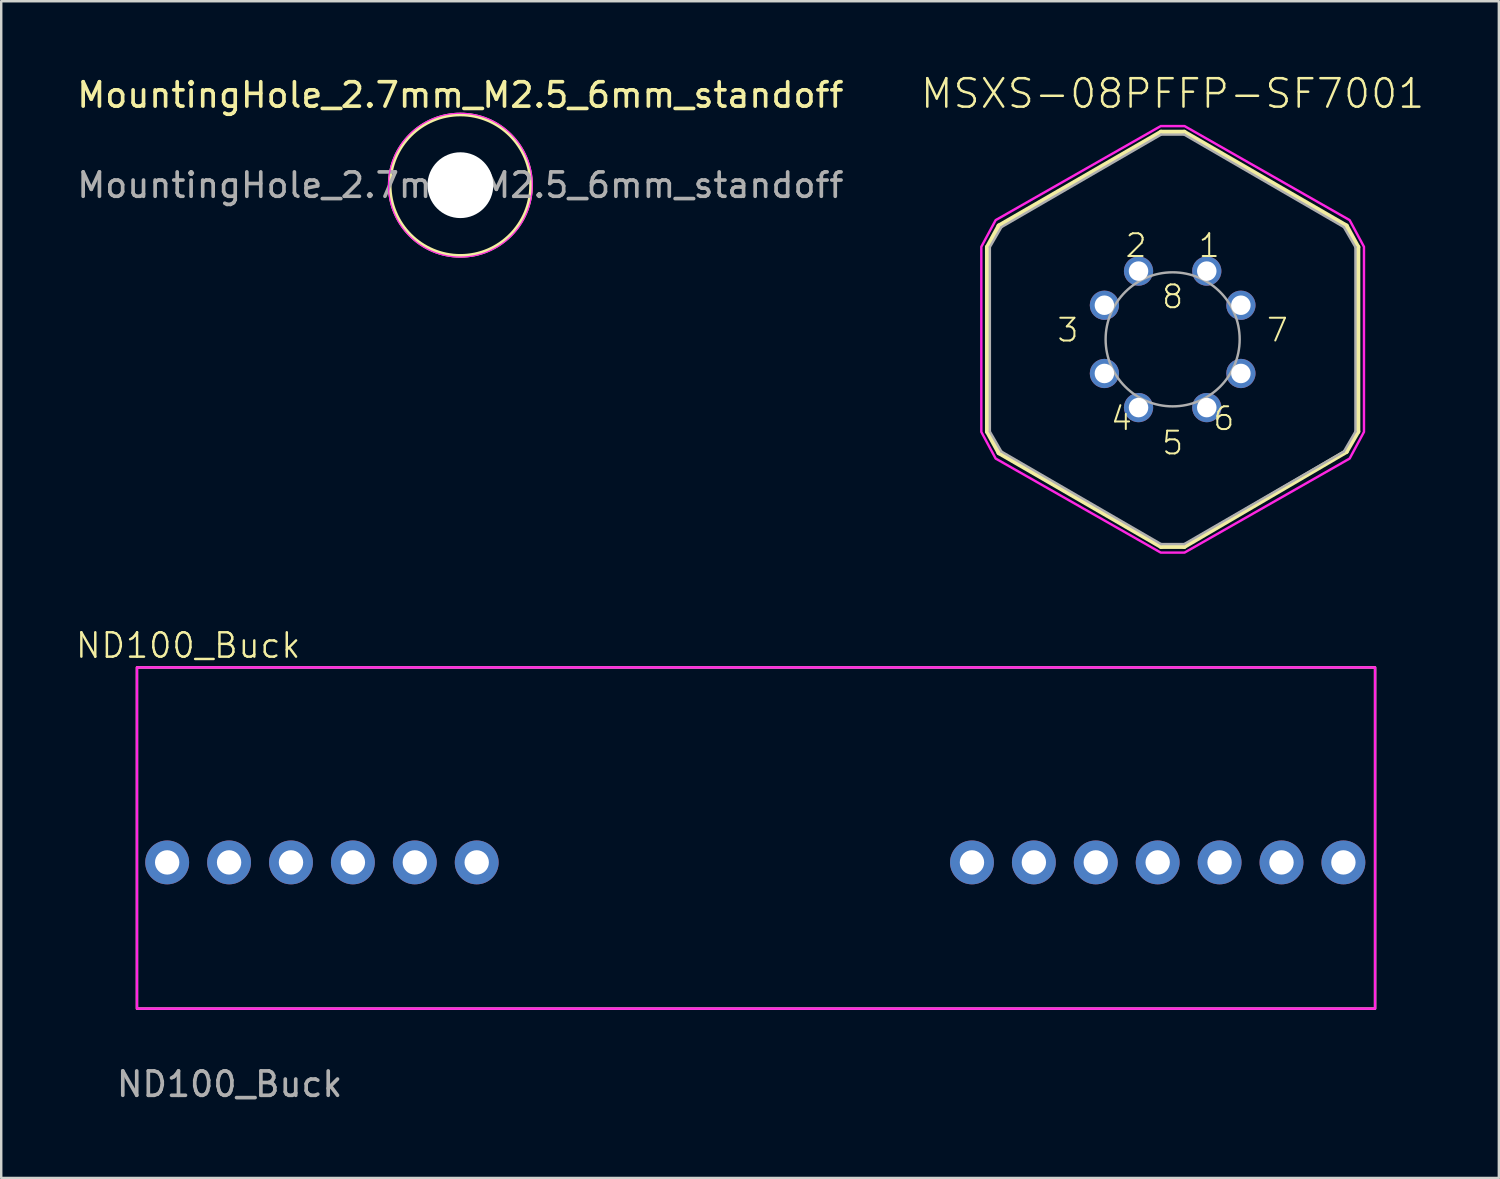
<source format=kicad_pcb>
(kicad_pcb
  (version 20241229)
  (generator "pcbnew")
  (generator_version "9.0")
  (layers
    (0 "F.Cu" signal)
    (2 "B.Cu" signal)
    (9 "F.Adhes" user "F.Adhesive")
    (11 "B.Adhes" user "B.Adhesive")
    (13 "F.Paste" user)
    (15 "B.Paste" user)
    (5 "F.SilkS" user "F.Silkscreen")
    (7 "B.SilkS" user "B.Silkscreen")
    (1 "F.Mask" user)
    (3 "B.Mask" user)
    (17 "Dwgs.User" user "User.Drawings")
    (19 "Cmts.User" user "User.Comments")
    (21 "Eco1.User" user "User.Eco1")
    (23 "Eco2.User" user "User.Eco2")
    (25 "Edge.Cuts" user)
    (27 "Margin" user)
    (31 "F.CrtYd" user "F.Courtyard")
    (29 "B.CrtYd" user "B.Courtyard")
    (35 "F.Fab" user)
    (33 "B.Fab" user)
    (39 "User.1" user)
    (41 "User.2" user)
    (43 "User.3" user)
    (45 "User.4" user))
  (footprint "MountingHole_2.7mm_M2.5_6mm_standoff"
    (layer "F.Cu")
    (at 15.839 4.548)
    (property "Reference" "MountingHole_2.7mm_M2.5_6mm_standoff" (at 0 -3.7 0) (layer "F.SilkS") (effects (font (size 1 1) (thickness 0.15))))
    (attr exclude_from_pos_files exclude_from_bom)
    (fp_circle (center 0 0) (end 2.9 0) (stroke (width 0.15) (type solid)) (fill no) (layer "F.SilkS"))
    (fp_circle (center 0 0) (end 2.95 0) (stroke (width 0.05) (type solid)) (fill no) (layer "F.CrtYd"))
    (fp_text user "${REFERENCE}" (at 0 0 0) (layer "F.Fab") (effects (font (size 1 1) (thickness 0.15))))
    (pad "" np_thru_hole circle (at 0 0) (size 2.7 2.7) (drill 2.7) (layers "*.Cu" "*.Mask")))
  (footprint "ND100_Buck"
    (layer "F.Cu")
    (at 28.069 31.334)
    (property "Reference" "ND100_Buck" (at -23.4 -7.9 0) (unlocked yes) (layer "F.SilkS") (effects (font (size 1 1) (thickness 0.1))))
    (attr through_hole)
    (fp_rect (start -25.5 -7) (end 25.3 7) (stroke (width 0.1) (type default)) (fill no) (layer "F.SilkS"))
    (fp_rect (start -25.5 -7) (end 25.3 7) (stroke (width 0.1) (type default)) (fill no) (layer "F.CrtYd"))
    (fp_text user "${REFERENCE}" (at -21.7 10.1 0) (unlocked yes) (layer "F.Fab") (effects (font (size 1 1) (thickness 0.15))))
    (pad "1" thru_hole circle (at -24.26 1) (size 1.8 1.8) (drill 1) (layers "*.Cu" "*.Mask"))
    (pad "1" thru_hole circle (at -21.72 1) (size 1.8 1.8) (drill 1) (layers "*.Cu" "*.Mask"))
    (pad "1" thru_hole circle (at -19.18 1) (size 1.8 1.8) (drill 1) (layers "*.Cu" "*.Mask"))
    (pad "1" thru_hole circle (at -16.64 1) (size 1.8 1.8) (drill 1) (layers "*.Cu" "*.Mask"))
    (pad "2" thru_hole circle (at -14.1 1) (size 1.8 1.8) (drill 1) (layers "*.Cu" "*.Mask"))
    (pad "2" thru_hole circle (at -11.56 1) (size 1.8 1.8) (drill 1) (layers "*.Cu" "*.Mask"))
    (pad "2" thru_hole circle (at 8.76 1) (size 1.8 1.8) (drill 1) (layers "*.Cu" "*.Mask"))
    (pad "2" thru_hole circle (at 11.3 1) (size 1.8 1.8) (drill 1) (layers "*.Cu" "*.Mask"))
    (pad "3" thru_hole circle (at 13.84 1) (size 1.8 1.8) (drill 1) (layers "*.Cu" "*.Mask"))
    (pad "3" thru_hole circle (at 16.38 1) (size 1.8 1.8) (drill 1) (layers "*.Cu" "*.Mask"))
    (pad "4" thru_hole circle (at 18.92 1) (size 1.8 1.8) (drill 1) (layers "*.Cu" "*.Mask"))
    (pad "5" thru_hole circle (at 21.46 1) (size 1.8 1.8) (drill 1) (layers "*.Cu" "*.Mask"))
    (pad "6" thru_hole circle (at 24 1) (size 1.8 1.8) (drill 1) (layers "*.Cu" "*.Mask")))
  (footprint "MSXS-08PFFP-SF7001"
    (layer "F.Cu")
    (at 45.063 10.873)
    (property "Reference" "MSXS-08PFFP-SF7001" (at 0 -9.4 0) (layer "F.SilkS") (effects (font (size 1.168 1.168) (thickness 0.102)) (justify bottom)))
    (fp_line (start -7.6 -3.785) (end -7.6 3.785) (stroke (width 0.2) (type solid)) (layer "F.SilkS"))
    (fp_line (start -7.6 -3.785) (end -7.125 -4.655) (stroke (width 0.2) (type solid)) (layer "F.SilkS"))
    (fp_line (start -7.6 3.785) (end -7.125 4.655) (stroke (width 0.2) (type solid)) (layer "F.SilkS"))
    (fp_line (start -0.475 -8.5) (end -7.125 -4.655) (stroke (width 0.2) (type solid)) (layer "F.SilkS"))
    (fp_line (start -0.475 -8.5) (end 0.475 -8.5) (stroke (width 0.2) (type solid)) (layer "F.SilkS"))
    (fp_line (start -0.475 8.5) (end -7.125 4.655) (stroke (width 0.2) (type solid)) (layer "F.SilkS"))
    (fp_line (start 0.475 -8.5) (end 7.125 -4.655) (stroke (width 0.2) (type solid)) (layer "F.SilkS"))
    (fp_line (start 0.475 8.5) (end -0.475 8.5) (stroke (width 0.2) (type solid)) (layer "F.SilkS"))
    (fp_line (start 0.475 8.5) (end 7.125 4.605) (stroke (width 0.2) (type solid)) (layer "F.SilkS"))
    (fp_line (start 7.6 -3.785) (end 7.125 -4.655) (stroke (width 0.2) (type solid)) (layer "F.SilkS"))
    (fp_line (start 7.6 -3.785) (end 7.6 3.785) (stroke (width 0.2) (type solid)) (layer "F.SilkS"))
    (fp_line (start 7.6 3.785) (end 7.125 4.605) (stroke (width 0.2) (type solid)) (layer "F.SilkS"))
    (fp_poly (pts (xy 7.262 -4.891) (xy 7.85 -3.798) (xy 7.85 3.798) (xy 7.262 4.891) (xy 0.488 8.75) (xy -0.488 8.75) (xy -7.262 4.891) (xy -7.85 3.798) (xy -7.85 -3.798) (xy -7.262 -4.891) (xy -0.488 -8.75) (xy 0.488 -8.75)) (stroke (width 0.1) (type solid)) (fill no) (layer "F.CrtYd"))
    (fp_line (start -7.5 -3.785) (end -7.5 3.785) (stroke (width 0.1) (type solid)) (layer "F.Fab"))
    (fp_line (start -7.5 -3.785) (end -7.025 -4.605) (stroke (width 0.1) (type solid)) (layer "F.Fab"))
    (fp_line (start -7.5 3.785) (end -7.025 4.605) (stroke (width 0.1) (type solid)) (layer "F.Fab"))
    (fp_line (start -0.475 -8.4) (end -7.025 -4.605) (stroke (width 0.1) (type solid)) (layer "F.Fab"))
    (fp_line (start -0.475 -8.4) (end 0.475 -8.4) (stroke (width 0.1) (type solid)) (layer "F.Fab"))
    (fp_line (start -0.475 8.4) (end -7.025 4.605) (stroke (width 0.1) (type solid)) (layer "F.Fab"))
    (fp_line (start 0.475 -8.4) (end 7.025 -4.605) (stroke (width 0.1) (type solid)) (layer "F.Fab"))
    (fp_line (start 0.475 8.4) (end -0.475 8.4) (stroke (width 0.1) (type solid)) (layer "F.Fab"))
    (fp_line (start 0.475 8.4) (end 7.025 4.605) (stroke (width 0.1) (type solid)) (layer "F.Fab"))
    (fp_line (start 7.5 -3.785) (end 7.025 -4.605) (stroke (width 0.1) (type solid)) (layer "F.Fab"))
    (fp_line (start 7.5 -3.785) (end 7.5 3.785) (stroke (width 0.1) (type solid)) (layer "F.Fab"))
    (fp_line (start 7.5 3.785) (end 7.025 4.605) (stroke (width 0.1) (type solid)) (layer "F.Fab"))
    (fp_circle (center 0 0) (end 2.75 0) (stroke (width 0.1) (type solid)) (fill no) (layer "F.Fab"))
    (fp_text user "4" (at -2.1 3.8 0) (layer "F.SilkS") (effects (font (size 0.935 0.935) (thickness 0.081)) (justify bottom)))
    (fp_text user "6" (at 2.1 3.8 0) (layer "F.SilkS") (effects (font (size 0.935 0.935) (thickness 0.081)) (justify bottom)))
    (fp_text user "3" (at -3.8 -0.38 0) (layer "F.SilkS") (effects (font (size 0.935 0.935) (thickness 0.081)) (justify right)))
    (fp_text user "5" (at 0 4.8 0) (layer "F.SilkS") (effects (font (size 0.935 0.935) (thickness 0.081)) (justify bottom)))
    (fp_text user "8" (at 0 -1.2 0) (layer "F.SilkS") (effects (font (size 0.935 0.935) (thickness 0.081)) (justify bottom)))
    (fp_text user "2" (at -1.5 -3.3 0) (layer "F.SilkS") (effects (font (size 0.935 0.935) (thickness 0.081)) (justify bottom)))
    (fp_text user "7" (at 3.8 -0.38 0) (layer "F.SilkS") (effects (font (size 0.935 0.935) (thickness 0.081)) (justify left)))
    (fp_text user "1" (at 1.5 -3.3 0) (layer "F.SilkS") (effects (font (size 0.935 0.935) (thickness 0.081)) (justify bottom)))
    (pad "1" thru_hole circle (at -1.4 2.8) (size 1.2 1.2) (drill 0.8) (layers "*.Cu" "*.Mask"))
    (pad "2" thru_hole circle (at -2.8 1.4) (size 1.2 1.2) (drill 0.8) (layers "*.Cu" "*.Mask"))
    (pad "3" thru_hole circle (at -2.8 -1.4) (size 1.2 1.2) (drill 0.8) (layers "*.Cu" "*.Mask"))
    (pad "4" thru_hole circle (at -1.4 -2.8) (size 1.2 1.2) (drill 0.8) (layers "*.Cu" "*.Mask"))
    (pad "5" thru_hole circle (at 1.4 -2.8) (size 1.2 1.2) (drill 0.8) (layers "*.Cu" "*.Mask"))
    (pad "6" thru_hole circle (at 2.8 -1.4) (size 1.2 1.2) (drill 0.8) (layers "*.Cu" "*.Mask"))
    (pad "7" thru_hole circle (at 2.8 1.4) (size 1.2 1.2) (drill 0.8) (layers "*.Cu" "*.Mask"))
    (pad "8" thru_hole circle (at 1.4 2.8) (size 1.2 1.2) (drill 0.8) (layers "*.Cu" "*.Mask")))
  (gr_rect
    (start -3 -3)
    (end 58.447 45.282)
    (stroke (width 0.1) (type default))
    (fill no)
    (layer "Edge.Cuts")))
</source>
